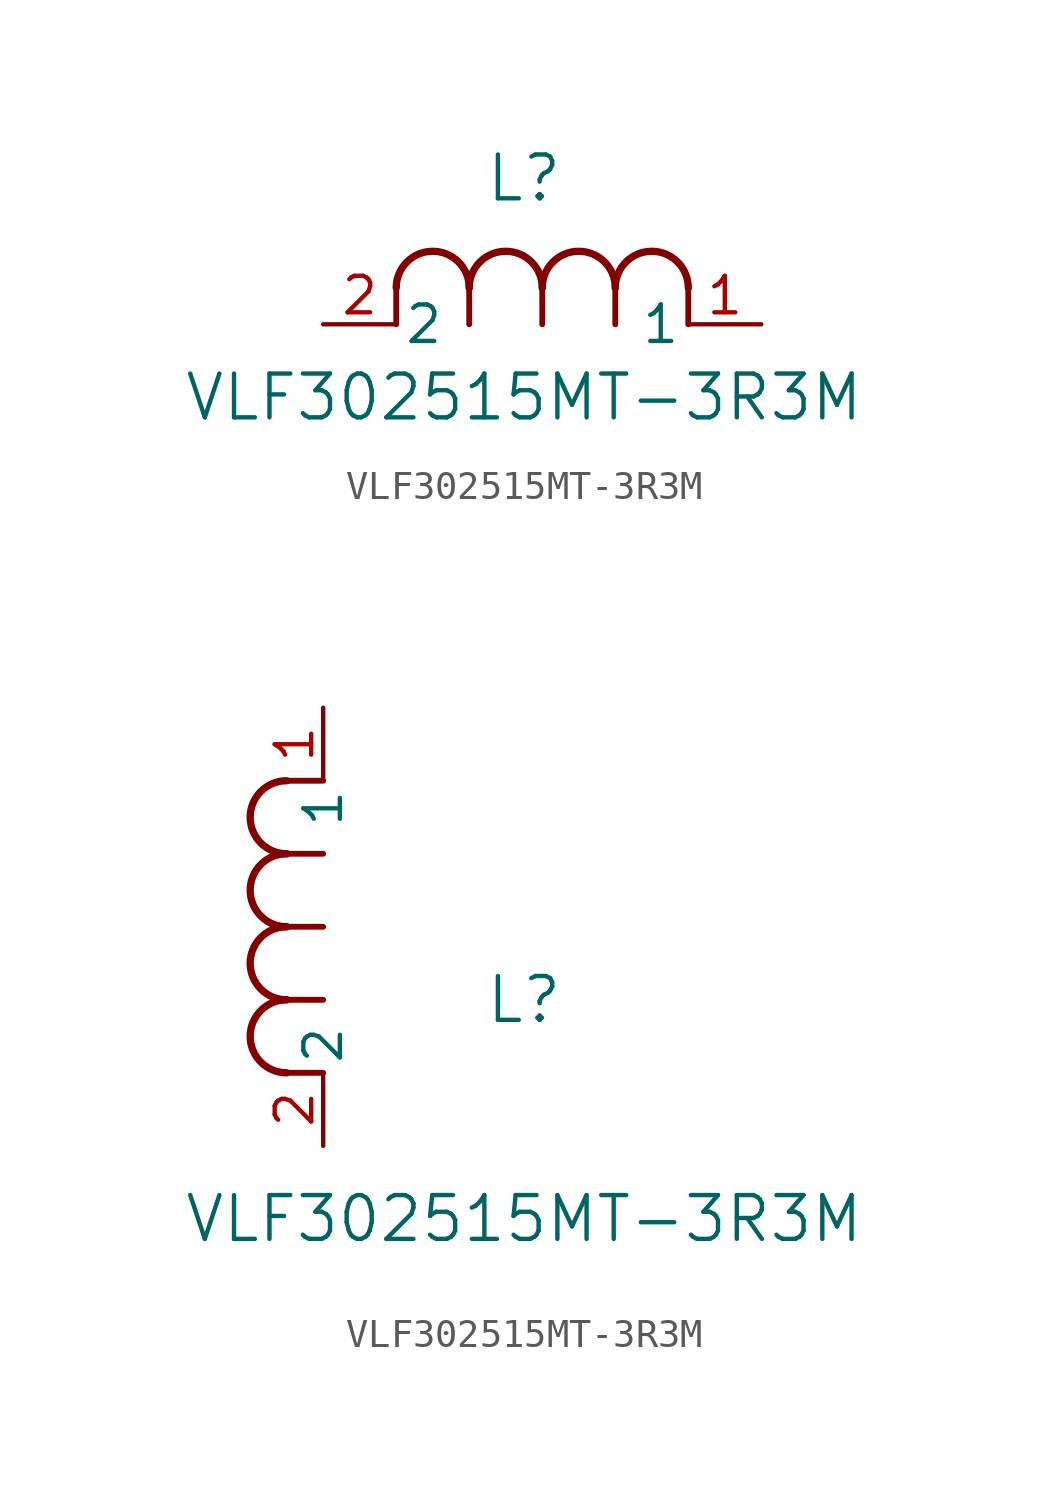
<source format=kicad_sym>
(kicad_symbol_lib
  (version 20231120)
  (generator "kicad_symbol_editor")
  (generator_version "8.0")
  (symbol "VLF302515MT-3R3M"
    (pin_names
      (offset 0.254))
    (property "Reference" "L"
      (at 6.985 5.08 0)
      (effects (font (size 1.524 1.524))))
    (property "Value" "VLF302515MT-3R3M"
      (at 6.985 -2.54 0)
      (effects (font (size 1.524 1.524))))
    (symbol "VLF302515MT-3R3M_1_1"
      (polyline (pts (xy 2.54 0) (xy 2.54 1.27)) (stroke (width 0.203) (type default)) (fill (type none)))
      (polyline (pts (xy 5.08 0) (xy 5.08 1.27)) (stroke (width 0.203) (type default)) (fill (type none)))
      (polyline (pts (xy 7.62 0) (xy 7.62 1.27)) (stroke (width 0.203) (type default)) (fill (type none)))
      (polyline (pts (xy 10.16 0) (xy 10.16 1.27)) (stroke (width 0.203) (type default)) (fill (type none)))
      (polyline (pts (xy 12.7 0) (xy 12.7 1.27)) (stroke (width 0.203) (type default)) (fill (type none)))
      (arc (start 5.08 1.27) (mid 3.81 2.5344) (end 2.54 1.27) (stroke (width 0.254) (type default)) (fill (type none)))
      (arc (start 7.62 1.27) (mid 6.35 2.5344) (end 5.08 1.27) (stroke (width 0.254) (type default)) (fill (type none)))
      (arc (start 10.16 1.27) (mid 8.89 2.5344) (end 7.62 1.27) (stroke (width 0.254) (type default)) (fill (type none)))
      (arc (start 12.7 1.27) (mid 11.43 2.5344) (end 10.16 1.27) (stroke (width 0.254) (type default)) (fill (type none)))
      (pin unspecified line (at 15.24 0 180) (length 2.54) (name "1" (effects (font (size 1.27 1.27)))) (number "1" (effects (font (size 1.27 1.27)))))
      (pin unspecified line (at 0 0 0) (length 2.54) (name "2" (effects (font (size 1.27 1.27)))) (number "2" (effects (font (size 1.27 1.27))))))
    (symbol "VLF302515MT-3R3M_1_2"
      (arc (start -1.27 5.08) (mid -2.5344 3.81) (end -1.27 2.54) (stroke (width 0.254) (type default)) (fill (type none)))
      (arc (start -1.27 7.62) (mid -2.5344 6.35) (end -1.27 5.08) (stroke (width 0.254) (type default)) (fill (type none)))
      (arc (start -1.27 10.16) (mid -2.5344 8.89) (end -1.27 7.62) (stroke (width 0.254) (type default)) (fill (type none)))
      (arc (start -1.27 12.7) (mid -2.5344 11.43) (end -1.27 10.16) (stroke (width 0.254) (type default)) (fill (type none)))
      (polyline (pts (xy 0 2.54) (xy -1.27 2.54)) (stroke (width 0.203) (type default)) (fill (type none)))
      (polyline (pts (xy 0 5.08) (xy -1.27 5.08)) (stroke (width 0.203) (type default)) (fill (type none)))
      (polyline (pts (xy 0 7.62) (xy -1.27 7.62)) (stroke (width 0.203) (type default)) (fill (type none)))
      (polyline (pts (xy 0 10.16) (xy -1.27 10.16)) (stroke (width 0.203) (type default)) (fill (type none)))
      (polyline (pts (xy 0 12.7) (xy -1.27 12.7)) (stroke (width 0.203) (type default)) (fill (type none)))
      (pin unspecified line (at 0 15.24 270) (length 2.54) (name "1" (effects (font (size 1.27 1.27)))) (number "1" (effects (font (size 1.27 1.27)))))
      (pin unspecified line (at 0 0 90) (length 2.54) (name "2" (effects (font (size 1.27 1.27)))) (number "2" (effects (font (size 1.27 1.27))))))))
</source>
